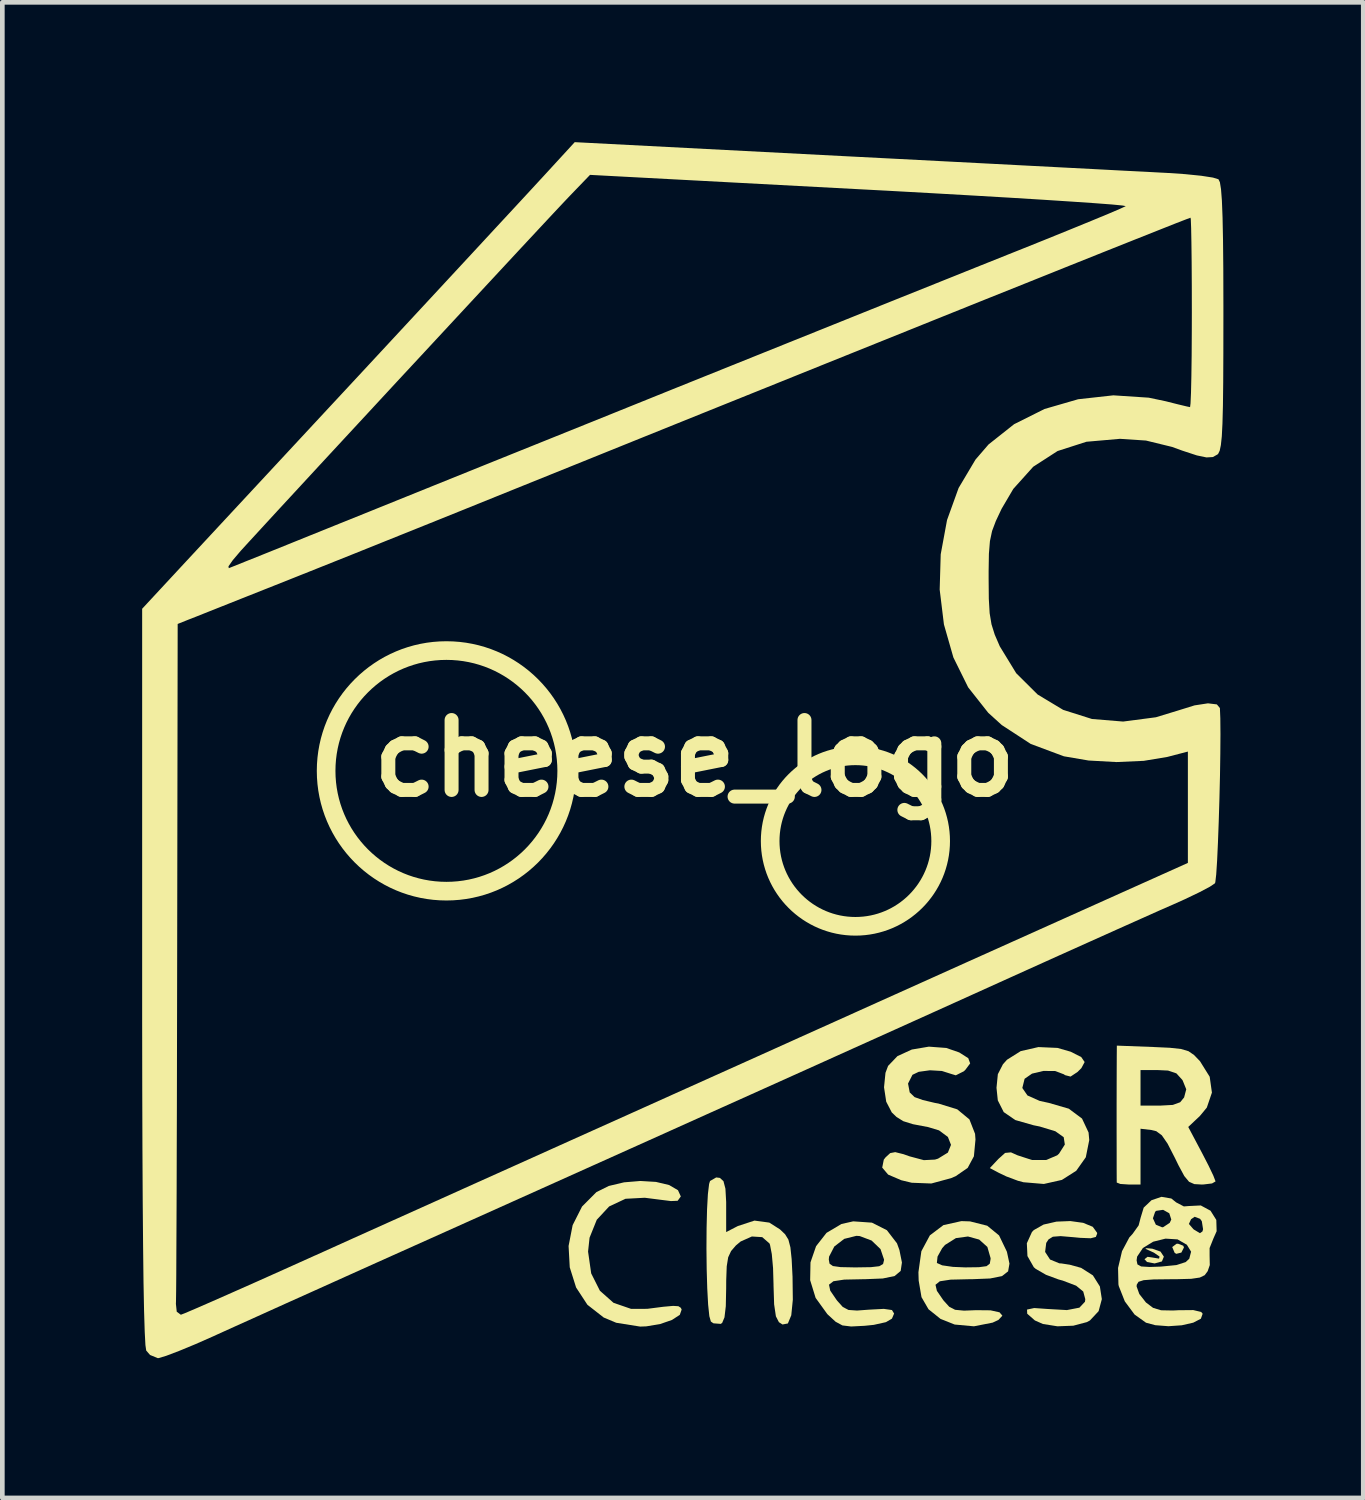
<source format=kicad_pcb>
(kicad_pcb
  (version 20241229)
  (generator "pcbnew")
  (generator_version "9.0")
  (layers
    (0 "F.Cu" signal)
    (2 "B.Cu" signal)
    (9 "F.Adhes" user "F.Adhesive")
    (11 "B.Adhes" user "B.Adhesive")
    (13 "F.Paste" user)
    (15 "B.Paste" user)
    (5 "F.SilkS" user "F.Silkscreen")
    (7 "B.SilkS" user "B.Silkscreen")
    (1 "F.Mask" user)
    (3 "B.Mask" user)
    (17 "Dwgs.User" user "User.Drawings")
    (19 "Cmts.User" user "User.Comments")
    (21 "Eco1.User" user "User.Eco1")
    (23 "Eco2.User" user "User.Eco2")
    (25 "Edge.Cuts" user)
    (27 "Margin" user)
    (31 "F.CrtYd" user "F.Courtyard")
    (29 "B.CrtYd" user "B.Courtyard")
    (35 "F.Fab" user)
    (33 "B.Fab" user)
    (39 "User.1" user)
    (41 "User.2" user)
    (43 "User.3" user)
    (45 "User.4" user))
  (footprint "cheese_logo"
    (layer "F.Cu")
    (at 11.853 13.22)
    (property "Reference" "cheese_logo" (at 0 0 0) (layer "F.SilkS") (effects (font (size 1.5 1.5) (thickness 0.3))))
    (attr board_only exclude_from_pos_files exclude_from_bom)
    (fp_circle (center -5.325 0.269) (end -2.744 0.269) (stroke (width 0.4) (type default)) (fill no) (layer "F.SilkS"))
    (fp_circle (center 3.45 1.775) (end 5.279 1.775) (stroke (width 0.4) (type default)) (fill no) (layer "F.SilkS"))
    (fp_poly (pts (xy 10.484 10.457) (xy 10.499 10.494) (xy 10.443 10.604) (xy 10.334 10.631) (xy 10.299 10.609) (xy 10.247 10.486) (xy 10.338 10.416) (xy 10.372 10.414)) (stroke (width 0) (type solid)) (fill yes) (layer "F.SilkS"))
    (fp_poly (pts (xy 9.82 10.521) (xy 9.996 10.583) (xy 10.068 10.692) (xy 10.026 10.794) (xy 9.87 10.837) (xy 9.708 10.807) (xy 9.652 10.747) (xy 9.718 10.695) (xy 9.821 10.71) (xy 9.965 10.734) (xy 9.975 10.689) (xy 9.856 10.607) (xy 9.8 10.581) (xy 9.67 10.522) (xy 9.698 10.51)) (stroke (width 0) (type solid)) (fill yes) (layer "F.SilkS"))
    (fp_poly (pts (xy -0.829 9.088) (xy -0.547 9.155) (xy -0.357 9.266) (xy -0.296 9.4) (xy -0.364 9.493) (xy -0.508 9.499) (xy -0.732 9.471) (xy -1.014 9.435) (xy -1.069 9.428) (xy -1.483 9.45) (xy -1.834 9.615) (xy -2.099 9.9) (xy -2.254 10.285) (xy -2.286 10.583) (xy -2.219 11.051) (xy -2.032 11.423) (xy -1.74 11.682) (xy -1.363 11.812) (xy -1.016 11.811) (xy -0.673 11.767) (xy -0.462 11.748) (xy -0.348 11.755) (xy -0.296 11.789) (xy -0.278 11.827) (xy -0.318 11.94) (xy -0.485 12.049) (xy -0.738 12.137) (xy -1.036 12.187) (xy -1.168 12.192) (xy -1.682 12.11) (xy -1.951 11.997) (xy -2.3 11.724) (xy -2.543 11.353) (xy -2.679 10.921) (xy -2.704 10.463) (xy -2.617 10.016) (xy -2.415 9.616) (xy -2.107 9.307) (xy -1.842 9.175) (xy -1.514 9.097) (xy -1.164 9.068)) (stroke (width 0) (type solid)) (fill yes) (layer "F.SilkS"))
    (fp_poly (pts (xy 8.336 9.966) (xy 8.542 10.051) (xy 8.635 10.179) (xy 8.636 10.199) (xy 8.608 10.269) (xy 8.498 10.297) (xy 8.273 10.288) (xy 8.137 10.275) (xy 7.852 10.251) (xy 7.686 10.264) (xy 7.593 10.322) (xy 7.544 10.397) (xy 7.52 10.59) (xy 7.626 10.753) (xy 7.825 10.835) (xy 7.867 10.837) (xy 8.05 10.865) (xy 8.285 10.93) (xy 8.294 10.933) (xy 8.545 11.093) (xy 8.695 11.331) (xy 8.737 11.603) (xy 8.668 11.861) (xy 8.482 12.06) (xy 8.416 12.096) (xy 8.125 12.173) (xy 7.785 12.186) (xy 7.472 12.136) (xy 7.3 12.06) (xy 7.136 11.916) (xy 7.132 11.827) (xy 7.286 11.794) (xy 7.569 11.814) (xy 7.987 11.838) (xy 8.256 11.786) (xy 8.375 11.659) (xy 8.382 11.604) (xy 8.338 11.44) (xy 8.186 11.315) (xy 7.9 11.206) (xy 7.806 11.18) (xy 7.539 11.081) (xy 7.32 10.955) (xy 7.277 10.918) (xy 7.141 10.679) (xy 7.128 10.404) (xy 7.238 10.162) (xy 7.278 10.121) (xy 7.487 10.003) (xy 7.764 9.94) (xy 8.061 9.928)) (stroke (width 0) (type solid)) (fill yes) (layer "F.SilkS"))
    (fp_poly (pts (xy 7.785 6.213) (xy 8.067 6.294) (xy 8.295 6.409) (xy 8.368 6.516) (xy 8.298 6.647) (xy 8.214 6.73) (xy 8.066 6.828) (xy 7.946 6.797) (xy 7.924 6.78) (xy 7.736 6.709) (xy 7.483 6.707) (xy 7.239 6.765) (xy 7.082 6.874) (xy 7.079 6.879) (xy 7.031 7.073) (xy 7.141 7.233) (xy 7.403 7.35) (xy 7.601 7.393) (xy 8.028 7.517) (xy 8.312 7.729) (xy 8.452 8.027) (xy 8.467 8.19) (xy 8.393 8.559) (xy 8.188 8.849) (xy 7.88 9.045) (xy 7.493 9.132) (xy 7.054 9.095) (xy 6.938 9.064) (xy 6.687 8.97) (xy 6.528 8.894) (xy 6.334 8.791) (xy 6.518 8.595) (xy 6.662 8.466) (xy 6.787 8.454) (xy 6.928 8.517) (xy 7.239 8.618) (xy 7.543 8.618) (xy 7.78 8.517) (xy 7.819 8.481) (xy 7.943 8.286) (xy 7.919 8.129) (xy 7.741 8.002) (xy 7.403 7.899) (xy 7.274 7.873) (xy 6.881 7.761) (xy 6.632 7.59) (xy 6.505 7.339) (xy 6.477 7.069) (xy 6.506 6.777) (xy 6.615 6.564) (xy 6.702 6.467) (xy 6.996 6.282) (xy 7.376 6.195)) (stroke (width 0) (type solid)) (fill yes) (layer "F.SilkS"))
    (fp_poly (pts (xy 0.542 9.002) (xy 0.619 9.072) (xy 0.661 9.233) (xy 0.677 9.518) (xy 0.677 9.609) (xy 0.677 10.164) (xy 0.927 10.035) (xy 1.284 9.918) (xy 1.603 9.961) (xy 1.832 10.107) (xy 1.941 10.211) (xy 2.012 10.326) (xy 2.055 10.491) (xy 2.082 10.746) (xy 2.101 11.123) (xy 2.107 11.617) (xy 2.074 11.949) (xy 2.001 12.125) (xy 1.886 12.147) (xy 1.809 12.098) (xy 1.744 11.972) (xy 1.706 11.715) (xy 1.693 11.308) (xy 1.693 11.287) (xy 1.683 10.937) (xy 1.656 10.637) (xy 1.618 10.439) (xy 1.606 10.408) (xy 1.451 10.273) (xy 1.229 10.259) (xy 0.988 10.366) (xy 0.885 10.452) (xy 0.782 10.572) (xy 0.72 10.706) (xy 0.689 10.899) (xy 0.678 11.197) (xy 0.677 11.375) (xy 0.669 11.756) (xy 0.641 11.994) (xy 0.591 12.113) (xy 0.561 12.134) (xy 0.404 12.122) (xy 0.349 12.084) (xy 0.316 11.969) (xy 0.29 11.72) (xy 0.271 11.371) (xy 0.259 10.957) (xy 0.254 10.513) (xy 0.257 10.074) (xy 0.267 9.674) (xy 0.285 9.349) (xy 0.311 9.132) (xy 0.331 9.068) (xy 0.463 8.992)) (stroke (width 0) (type solid)) (fill yes) (layer "F.SilkS"))
    (fp_poly (pts (xy 5.4 6.214) (xy 5.677 6.31) (xy 5.871 6.433) (xy 5.912 6.545) (xy 5.809 6.683) (xy 5.777 6.714) (xy 5.604 6.801) (xy 5.501 6.77) (xy 5.306 6.708) (xy 5.049 6.693) (xy 4.808 6.726) (xy 4.674 6.79) (xy 4.579 6.978) (xy 4.615 7.168) (xy 4.72 7.269) (xy 4.895 7.331) (xy 5.151 7.392) (xy 5.233 7.407) (xy 5.635 7.531) (xy 5.896 7.747) (xy 6.017 8.056) (xy 6.026 8.179) (xy 5.992 8.539) (xy 5.859 8.787) (xy 5.603 8.964) (xy 5.504 9.007) (xy 5.079 9.122) (xy 4.658 9.106) (xy 4.434 9.052) (xy 4.152 8.931) (xy 4.025 8.781) (xy 4.059 8.61) (xy 4.097 8.561) (xy 4.196 8.47) (xy 4.304 8.449) (xy 4.481 8.493) (xy 4.611 8.539) (xy 4.918 8.621) (xy 5.157 8.609) (xy 5.222 8.589) (xy 5.434 8.459) (xy 5.501 8.293) (xy 5.434 8.123) (xy 5.243 7.982) (xy 5.008 7.911) (xy 4.685 7.85) (xy 4.477 7.785) (xy 4.332 7.695) (xy 4.23 7.597) (xy 4.111 7.367) (xy 4.064 7.058) (xy 4.095 6.748) (xy 4.151 6.599) (xy 4.352 6.389) (xy 4.66 6.248) (xy 5.026 6.186)) (stroke (width 0) (type solid)) (fill yes) (layer "F.SilkS"))
    (fp_poly (pts (xy 5.909 9.935) (xy 6.278 10.028) (xy 6.532 10.236) (xy 6.697 10.579) (xy 6.702 10.594) (xy 6.755 10.841) (xy 6.726 11.007) (xy 6.595 11.109) (xy 6.339 11.16) (xy 5.94 11.176) (xy 5.874 11.176) (xy 5.491 11.185) (xy 5.261 11.22) (xy 5.168 11.295) (xy 5.198 11.425) (xy 5.333 11.622) (xy 5.346 11.638) (xy 5.463 11.767) (xy 5.589 11.832) (xy 5.78 11.85) (xy 6.037 11.84) (xy 6.348 11.843) (xy 6.542 11.886) (xy 6.603 11.958) (xy 6.519 12.049) (xy 6.394 12.107) (xy 5.993 12.186) (xy 5.579 12.148) (xy 5.276 12.027) (xy 5.018 11.82) (xy 4.868 11.561) (xy 4.807 11.204) (xy 4.802 11.026) (xy 4.83 10.823) (xy 5.198 10.823) (xy 5.202 10.829) (xy 5.312 10.878) (xy 5.542 10.911) (xy 5.805 10.922) (xy 6.099 10.918) (xy 6.263 10.896) (xy 6.333 10.842) (xy 6.35 10.743) (xy 6.35 10.723) (xy 6.281 10.483) (xy 6.105 10.325) (xy 5.865 10.259) (xy 5.606 10.294) (xy 5.373 10.44) (xy 5.311 10.511) (xy 5.212 10.69) (xy 5.198 10.823) (xy 4.83 10.823) (xy 4.865 10.575) (xy 5.048 10.234) (xy 5.338 10.015) (xy 5.724 9.929)) (stroke (width 0) (type solid)) (fill yes) (layer "F.SilkS"))
    (fp_poly (pts (xy 3.804 9.962) (xy 4.125 10.124) (xy 4.342 10.406) (xy 4.394 10.549) (xy 4.448 10.817) (xy 4.421 10.998) (xy 4.291 11.107) (xy 4.037 11.16) (xy 3.638 11.176) (xy 3.595 11.176) (xy 3.21 11.184) (xy 2.978 11.219) (xy 2.883 11.293) (xy 2.91 11.421) (xy 3.043 11.616) (xy 3.062 11.641) (xy 3.179 11.771) (xy 3.301 11.835) (xy 3.484 11.848) (xy 3.74 11.829) (xy 4.06 11.812) (xy 4.234 11.837) (xy 4.28 11.912) (xy 4.234 12.021) (xy 4.105 12.097) (xy 3.844 12.155) (xy 3.649 12.175) (xy 3.358 12.19) (xy 3.171 12.167) (xy 3.025 12.088) (xy 2.855 11.932) (xy 2.845 11.921) (xy 2.596 11.576) (xy 2.479 11.197) (xy 2.486 10.816) (xy 2.507 10.753) (xy 2.879 10.753) (xy 2.895 10.842) (xy 2.967 10.893) (xy 3.131 10.916) (xy 3.424 10.922) (xy 3.471 10.922) (xy 3.783 10.917) (xy 3.961 10.897) (xy 4.043 10.85) (xy 4.064 10.766) (xy 4.064 10.753) (xy 3.988 10.529) (xy 3.797 10.346) (xy 3.543 10.25) (xy 3.471 10.245) (xy 3.21 10.31) (xy 2.997 10.474) (xy 2.885 10.691) (xy 2.879 10.753) (xy 2.507 10.753) (xy 2.606 10.467) (xy 2.83 10.181) (xy 3.15 9.991) (xy 3.403 9.934)) (stroke (width 0) (type solid)) (fill yes) (layer "F.SilkS"))
    (fp_poly (pts (xy 9.828 6.193) (xy 10.195 6.21) (xy 10.436 6.236) (xy 10.595 6.283) (xy 10.715 6.365) (xy 10.839 6.494) (xy 10.844 6.5) (xy 11.051 6.832) (xy 11.099 7.172) (xy 10.989 7.494) (xy 10.841 7.673) (xy 10.591 7.909) (xy 10.883 8.46) (xy 11.026 8.737) (xy 11.13 8.955) (xy 11.175 9.072) (xy 11.176 9.078) (xy 11.101 9.121) (xy 10.918 9.143) (xy 10.878 9.144) (xy 10.721 9.135) (xy 10.608 9.085) (xy 10.506 8.962) (xy 10.383 8.734) (xy 10.304 8.572) (xy 10.148 8.268) (xy 10.024 8.088) (xy 9.905 8) (xy 9.798 7.974) (xy 9.567 7.947) (xy 9.567 8.546) (xy 9.567 9.144) (xy 9.313 9.144) (xy 9.134 9.132) (xy 9.057 9.102) (xy 9.057 9.102) (xy 9.056 9.006) (xy 9.055 8.773) (xy 9.055 8.434) (xy 9.054 8.021) (xy 9.054 7.874) (xy 9.054 7.419) (xy 9.055 7.07) (xy 9.567 7.07) (xy 9.567 7.451) (xy 9.988 7.451) (xy 10.26 7.436) (xy 10.417 7.379) (xy 10.502 7.276) (xy 10.548 7.101) (xy 10.472 6.913) (xy 10.46 6.895) (xy 10.336 6.759) (xy 10.158 6.699) (xy 9.946 6.689) (xy 9.567 6.689) (xy 9.567 7.07) (xy 9.055 7.07) (xy 9.055 7.005) (xy 9.056 6.67) (xy 9.057 6.455) (xy 9.057 6.426) (xy 9.059 6.164)) (stroke (width 0) (type solid)) (fill yes) (layer "F.SilkS"))
    (fp_poly (pts (xy 10.228 9.444) (xy 10.331 9.527) (xy 10.497 9.614) (xy 10.595 9.606) (xy 10.86 9.593) (xy 11.069 9.706) (xy 11.193 9.904) (xy 11.2 10.146) (xy 11.131 10.302) (xy 11.049 10.507) (xy 11.049 10.669) (xy 11.053 10.872) (xy 11.008 11.003) (xy 10.944 11.089) (xy 10.839 11.14) (xy 10.655 11.167) (xy 10.353 11.175) (xy 10.199 11.176) (xy 9.849 11.18) (xy 9.635 11.196) (xy 9.524 11.231) (xy 9.486 11.293) (xy 9.483 11.331) (xy 9.541 11.493) (xy 9.682 11.673) (xy 9.688 11.678) (xy 9.836 11.79) (xy 10.008 11.842) (xy 10.264 11.847) (xy 10.379 11.841) (xy 10.699 11.838) (xy 10.868 11.878) (xy 10.9 11.916) (xy 10.862 12.023) (xy 10.698 12.108) (xy 10.452 12.164) (xy 10.166 12.184) (xy 9.882 12.162) (xy 9.685 12.109) (xy 9.44 11.934) (xy 9.23 11.651) (xy 9.1 11.322) (xy 9.093 11.286) (xy 9.085 10.934) (xy 9.124 10.77) (xy 9.483 10.77) (xy 9.501 10.858) (xy 9.581 10.902) (xy 9.762 10.913) (xy 10.003 10.905) (xy 10.338 10.872) (xy 10.536 10.808) (xy 10.613 10.736) (xy 10.652 10.585) (xy 10.561 10.436) (xy 10.361 10.321) (xy 10.103 10.305) (xy 9.838 10.371) (xy 9.618 10.506) (xy 9.494 10.691) (xy 9.483 10.77) (xy 9.124 10.77) (xy 9.17 10.574) (xy 9.327 10.279) (xy 9.397 10.203) (xy 9.527 10.02) (xy 9.566 9.869) (xy 9.833 9.869) (xy 9.896 10.006) (xy 10.031 10.062) (xy 10.053 10.059) (xy 10.158 9.99) (xy 10.605 9.99) (xy 10.701 10.101) (xy 10.715 10.112) (xy 10.842 10.188) (xy 10.896 10.15) (xy 10.909 10.103) (xy 10.882 9.932) (xy 10.845 9.88) (xy 10.728 9.836) (xy 10.651 9.889) (xy 10.605 9.99) (xy 10.158 9.99) (xy 10.193 9.967) (xy 10.227 9.895) (xy 10.184 9.761) (xy 10.052 9.687) (xy 9.906 9.708) (xy 9.881 9.728) (xy 9.833 9.869) (xy 9.566 9.869) (xy 9.567 9.864) (xy 9.635 9.64) (xy 9.802 9.481) (xy 10.017 9.408)) (stroke (width 0) (type solid)) (fill yes) (layer "F.SilkS"))
    (fp_poly (pts (xy 3.265 -12.917) (xy 4.275 -12.865) (xy 5.26 -12.814) (xy 6.203 -12.765) (xy 7.086 -12.719) (xy 7.893 -12.677) (xy 8.606 -12.64) (xy 9.21 -12.608) (xy 9.686 -12.584) (xy 10.017 -12.566) (xy 10.118 -12.561) (xy 10.522 -12.534) (xy 10.869 -12.499) (xy 11.121 -12.46) (xy 11.239 -12.424) (xy 11.27 -12.36) (xy 11.294 -12.211) (xy 11.313 -11.964) (xy 11.327 -11.605) (xy 11.337 -11.121) (xy 11.343 -10.498) (xy 11.345 -9.723) (xy 11.345 -9.483) (xy 11.344 -8.696) (xy 11.341 -8.062) (xy 11.335 -7.564) (xy 11.325 -7.185) (xy 11.311 -6.91) (xy 11.291 -6.721) (xy 11.266 -6.601) (xy 11.234 -6.535) (xy 11.219 -6.52) (xy 11.119 -6.464) (xy 10.982 -6.456) (xy 10.776 -6.499) (xy 10.465 -6.601) (xy 10.245 -6.681) (xy 9.684 -6.818) (xy 9.126 -6.855) (xy 8.406 -6.792) (xy 7.787 -6.593) (xy 7.265 -6.256) (xy 6.837 -5.78) (xy 6.586 -5.353) (xy 6.463 -5.092) (xy 6.382 -4.877) (xy 6.336 -4.66) (xy 6.314 -4.389) (xy 6.308 -4.016) (xy 6.308 -3.854) (xy 6.312 -3.424) (xy 6.33 -3.114) (xy 6.37 -2.874) (xy 6.439 -2.654) (xy 6.547 -2.404) (xy 6.548 -2.402) (xy 6.9 -1.826) (xy 7.36 -1.369) (xy 7.907 -1.04) (xy 8.525 -0.844) (xy 9.194 -0.789) (xy 9.897 -0.881) (xy 10.372 -1.026) (xy 10.726 -1.136) (xy 11.014 -1.18) (xy 11.205 -1.157) (xy 11.27 -1.079) (xy 11.279 -0.858) (xy 11.282 -0.522) (xy 11.279 -0.103) (xy 11.272 0.37) (xy 11.26 0.867) (xy 11.245 1.358) (xy 11.228 1.812) (xy 11.21 2.2) (xy 11.191 2.491) (xy 11.172 2.656) (xy 11.164 2.681) (xy 11.056 2.754) (xy 10.829 2.874) (xy 10.518 3.023) (xy 10.262 3.138) (xy 9.983 3.26) (xy 9.576 3.442) (xy 9.066 3.67) (xy 8.478 3.934) (xy 7.839 4.221) (xy 7.172 4.522) (xy 6.773 4.702) (xy 5.975 5.063) (xy 5.152 5.435) (xy 4.292 5.823) (xy 3.384 6.232) (xy 2.415 6.669) (xy 1.373 7.138) (xy 0.247 7.644) (xy -0.975 8.194) (xy -2.306 8.792) (xy -3.757 9.444) (xy -5.34 10.155) (xy -6.816 10.817) (xy -7.478 11.115) (xy -8.144 11.415) (xy -8.785 11.703) (xy -9.369 11.967) (xy -9.866 12.191) (xy -10.246 12.363) (xy -10.315 12.395) (xy -10.712 12.57) (xy -11.065 12.716) (xy -11.339 12.82) (xy -11.501 12.868) (xy -11.518 12.869) (xy -11.684 12.801) (xy -11.766 12.706) (xy -11.783 12.588) (xy -11.798 12.305) (xy -11.812 11.854) (xy -11.815 11.705) (xy -11.129 11.705) (xy -11.111 11.873) (xy -11.023 11.938) (xy -10.935 11.904) (xy -10.71 11.808) (xy -10.366 11.658) (xy -9.92 11.461) (xy -9.39 11.226) (xy -8.794 10.959) (xy -8.148 10.668) (xy -8.128 10.66) (xy -7.338 10.303) (xy -6.471 9.913) (xy -5.57 9.508) (xy -4.68 9.107) (xy -3.843 8.731) (xy -3.103 8.398) (xy -2.879 8.297) (xy -2.163 7.975) (xy -1.339 7.605) (xy -0.453 7.206) (xy 0.45 6.8) (xy 1.324 6.407) (xy 2.123 6.047) (xy 2.244 5.992) (xy 3.032 5.638) (xy 3.926 5.235) (xy 4.878 4.807) (xy 5.84 4.374) (xy 6.764 3.959) (xy 7.601 3.583) (xy 7.768 3.508) (xy 10.583 2.244) (xy 10.583 1.05) (xy 10.583 -0.145) (xy 10.142 -0.03) (xy 9.636 0.054) (xy 9.048 0.08) (xy 8.453 0.047) (xy 7.926 -0.043) (xy 7.913 -0.047) (xy 7.211 -0.309) (xy 6.59 -0.714) (xy 6.299 -0.978) (xy 5.869 -1.523) (xy 5.552 -2.164) (xy 5.349 -2.873) (xy 5.258 -3.62) (xy 5.28 -4.377) (xy 5.416 -5.113) (xy 5.664 -5.8) (xy 6.026 -6.409) (xy 6.306 -6.734) (xy 6.855 -7.169) (xy 7.507 -7.495) (xy 8.228 -7.704) (xy 8.984 -7.788) (xy 9.742 -7.738) (xy 10.104 -7.662) (xy 10.37 -7.595) (xy 10.562 -7.549) (xy 10.63 -7.535) (xy 10.64 -7.616) (xy 10.65 -7.843) (xy 10.658 -8.193) (xy 10.664 -8.643) (xy 10.667 -9.17) (xy 10.668 -9.567) (xy 10.667 -10.134) (xy 10.664 -10.639) (xy 10.659 -11.061) (xy 10.653 -11.376) (xy 10.646 -11.56) (xy 10.64 -11.599) (xy 10.555 -11.568) (xy 10.32 -11.477) (xy 9.945 -11.328) (xy 9.436 -11.126) (xy 8.804 -10.874) (xy 8.054 -10.574) (xy 7.197 -10.23) (xy 6.238 -9.846) (xy 5.188 -9.424) (xy 4.053 -8.967) (xy 2.842 -8.48) (xy 1.564 -7.965) (xy 0.225 -7.426) (xy -1.166 -6.865) (xy -2.6 -6.286) (xy -4.07 -5.693) (xy -4.233 -5.627) (xy -5.003 -5.316) (xy -5.8 -4.995) (xy -6.592 -4.677) (xy -7.348 -4.373) (xy -8.036 -4.098) (xy -8.625 -3.863) (xy -9.017 -3.707) (xy -9.529 -3.504) (xy -9.997 -3.318) (xy -10.394 -3.16) (xy -10.695 -3.04) (xy -10.874 -2.97) (xy -10.901 -2.959) (xy -11.091 -2.883) (xy -11.102 4.358) (xy -11.104 5.452) (xy -11.106 6.499) (xy -11.108 7.484) (xy -11.111 8.398) (xy -11.113 9.226) (xy -11.116 9.956) (xy -11.119 10.576) (xy -11.121 11.073) (xy -11.124 11.435) (xy -11.127 11.649) (xy -11.129 11.705) (xy -11.815 11.705) (xy -11.824 11.237) (xy -11.833 10.452) (xy -11.841 9.499) (xy -11.847 8.379) (xy -11.851 7.09) (xy -11.853 5.632) (xy -11.853 4.666) (xy -11.853 -3.209) (xy -11.009 -4.119) (xy -10.001 -4.119) (xy -9.995 -4.08) (xy -9.991 -4.081) (xy -9.886 -4.123) (xy -9.642 -4.221) (xy -9.277 -4.367) (xy -8.808 -4.556) (xy -8.254 -4.78) (xy -7.632 -5.031) (xy -6.959 -5.302) (xy -6.816 -5.36) (xy -5.593 -5.854) (xy -4.329 -6.364) (xy -3.042 -6.882) (xy -1.749 -7.403) (xy -0.468 -7.92) (xy 0.785 -8.424) (xy 1.991 -8.909) (xy 3.133 -9.368) (xy 4.195 -9.795) (xy 5.158 -10.181) (xy 6.005 -10.521) (xy 6.719 -10.807) (xy 6.943 -10.896) (xy 7.523 -11.129) (xy 8.051 -11.343) (xy 8.508 -11.53) (xy 8.873 -11.681) (xy 9.125 -11.789) (xy 9.244 -11.844) (xy 9.249 -11.848) (xy 9.178 -11.861) (xy 8.951 -11.883) (xy 8.581 -11.911) (xy 8.084 -11.945) (xy 7.471 -11.985) (xy 6.756 -12.029) (xy 5.953 -12.076) (xy 5.076 -12.126) (xy 4.137 -12.178) (xy 3.534 -12.21) (xy -2.244 -12.518) (xy -2.667 -12.079) (xy -2.796 -11.943) (xy -3.027 -11.697) (xy -3.346 -11.355) (xy -3.741 -10.931) (xy -4.198 -10.439) (xy -4.704 -9.894) (xy -5.246 -9.31) (xy -5.811 -8.701) (xy -6.386 -8.082) (xy -6.956 -7.466) (xy -7.511 -6.867) (xy -8.035 -6.301) (xy -8.516 -5.78) (xy -8.941 -5.32) (xy -9.296 -4.934) (xy -9.569 -4.637) (xy -9.739 -4.451) (xy -9.909 -4.251) (xy -10.001 -4.119) (xy -11.009 -4.119) (xy -7.895 -7.471) (xy -7.208 -8.21) (xy -6.539 -8.931) (xy -5.899 -9.621) (xy -5.3 -10.267) (xy -4.753 -10.857) (xy -4.27 -11.379) (xy -3.862 -11.819) (xy -3.541 -12.166) (xy -3.319 -12.407) (xy -3.255 -12.476) (xy -2.572 -13.22)) (stroke (width 0) (type solid)) (fill yes) (layer "F.SilkS")))
  (gr_rect
    (start -3 -3)
    (end 26.199 29.089)
    (stroke (width 0.1) (type default))
    (fill no)
    (layer "Edge.Cuts")))
</source>
